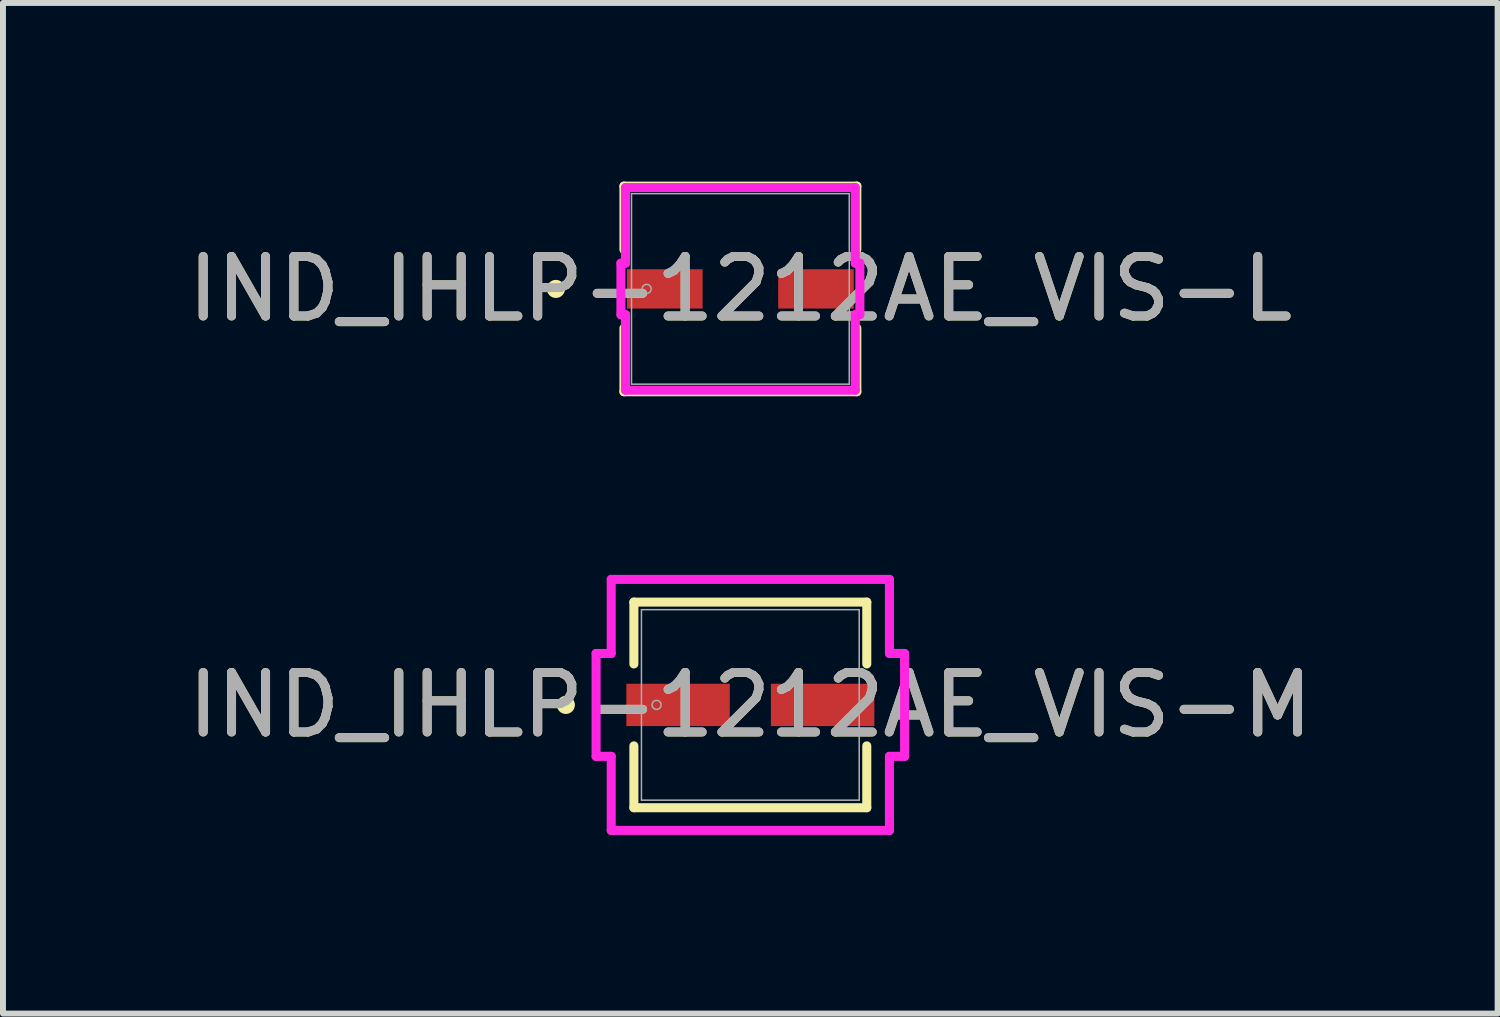
<source format=kicad_pcb>
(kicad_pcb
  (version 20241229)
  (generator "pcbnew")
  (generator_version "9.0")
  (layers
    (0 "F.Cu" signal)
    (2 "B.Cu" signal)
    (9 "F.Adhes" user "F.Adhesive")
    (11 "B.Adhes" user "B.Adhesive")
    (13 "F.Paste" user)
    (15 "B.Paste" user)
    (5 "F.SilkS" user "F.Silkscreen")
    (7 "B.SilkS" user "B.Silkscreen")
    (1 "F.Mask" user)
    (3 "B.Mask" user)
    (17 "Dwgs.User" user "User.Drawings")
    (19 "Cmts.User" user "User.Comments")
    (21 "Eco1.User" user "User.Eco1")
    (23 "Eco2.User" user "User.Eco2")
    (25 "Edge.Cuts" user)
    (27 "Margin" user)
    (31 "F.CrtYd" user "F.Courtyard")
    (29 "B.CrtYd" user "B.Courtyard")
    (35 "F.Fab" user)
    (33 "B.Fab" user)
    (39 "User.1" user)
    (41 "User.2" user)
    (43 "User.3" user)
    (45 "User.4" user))
  (footprint "IND_IHLP-1212AE_VIS-M"
    (layer "F.Cu")
    (at 9.554 8.791)
    (property "Reference" "IND_IHLP-1212AE_VIS-M" (at 0 0 0) (unlocked yes) (layer "F.SilkS") (effects (font (size 1 1) (thickness 0.15))))
    (attr smd)
    (fp_line (start -1.956 -1.727) (end -1.956 -0.688) (stroke (width 0.152) (type solid)) (layer "F.SilkS"))
    (fp_line (start -1.956 0.688) (end -1.956 1.727) (stroke (width 0.152) (type solid)) (layer "F.SilkS"))
    (fp_line (start -1.956 1.727) (end 1.956 1.727) (stroke (width 0.152) (type solid)) (layer "F.SilkS"))
    (fp_line (start 1.956 -1.727) (end -1.956 -1.727) (stroke (width 0.152) (type solid)) (layer "F.SilkS"))
    (fp_line (start 1.956 -0.688) (end 1.956 -1.727) (stroke (width 0.152) (type solid)) (layer "F.SilkS"))
    (fp_line (start 1.956 1.727) (end 1.956 0.688) (stroke (width 0.152) (type solid)) (layer "F.SilkS"))
    (fp_circle (center -3.099 0) (end -3.023 0) (stroke (width 0.152) (type solid)) (fill no) (layer "F.SilkS"))
    (fp_line (start -2.591 -0.864) (end -2.337 -0.864) (stroke (width 0.152) (type solid)) (layer "F.CrtYd"))
    (fp_line (start -2.591 0.864) (end -2.591 -0.864) (stroke (width 0.152) (type solid)) (layer "F.CrtYd"))
    (fp_line (start -2.337 -2.108) (end 2.337 -2.108) (stroke (width 0.152) (type solid)) (layer "F.CrtYd"))
    (fp_line (start -2.337 -0.864) (end -2.337 -2.108) (stroke (width 0.152) (type solid)) (layer "F.CrtYd"))
    (fp_line (start -2.337 0.864) (end -2.591 0.864) (stroke (width 0.152) (type solid)) (layer "F.CrtYd"))
    (fp_line (start -2.337 2.108) (end -2.337 0.864) (stroke (width 0.152) (type solid)) (layer "F.CrtYd"))
    (fp_line (start 2.337 -2.108) (end 2.337 -0.864) (stroke (width 0.152) (type solid)) (layer "F.CrtYd"))
    (fp_line (start 2.337 -0.864) (end 2.591 -0.864) (stroke (width 0.152) (type solid)) (layer "F.CrtYd"))
    (fp_line (start 2.337 0.864) (end 2.337 2.108) (stroke (width 0.152) (type solid)) (layer "F.CrtYd"))
    (fp_line (start 2.337 2.108) (end -2.337 2.108) (stroke (width 0.152) (type solid)) (layer "F.CrtYd"))
    (fp_line (start 2.591 -0.864) (end 2.591 0.864) (stroke (width 0.152) (type solid)) (layer "F.CrtYd"))
    (fp_line (start 2.591 0.864) (end 2.337 0.864) (stroke (width 0.152) (type solid)) (layer "F.CrtYd"))
    (fp_line (start -1.829 -1.6) (end -1.829 1.6) (stroke (width 0.025) (type solid)) (layer "F.Fab"))
    (fp_line (start -1.829 1.6) (end 1.829 1.6) (stroke (width 0.025) (type solid)) (layer "F.Fab"))
    (fp_line (start 1.829 -1.6) (end -1.829 -1.6) (stroke (width 0.025) (type solid)) (layer "F.Fab"))
    (fp_line (start 1.829 1.6) (end 1.829 -1.6) (stroke (width 0.025) (type solid)) (layer "F.Fab"))
    (fp_circle (center -1.575 0) (end -1.499 0) (stroke (width 0.025) (type solid)) (fill no) (layer "F.Fab"))
    (fp_text user "${REFERENCE}" (at 0 0 0) (unlocked yes) (layer "F.Fab") (effects (font (size 1 1) (thickness 0.15))))
    (pad "1" smd rect (at -1.214 0 90) (size 0.711 1.738) (layers "F.Cu" "F.Mask" "F.Paste"))
    (pad "2" smd rect (at 1.214 0 90) (size 0.711 1.738) (layers "F.Cu" "F.Mask" "F.Paste"))
    (zone (net_name "") (layer "F.Cu") (hatch full 0.508) (connect_pads) (min_thickness 0.254) (filled_areas_thickness no) (keepout (tracks not_allowed) (vias not_allowed) (pads allowed) (copperpour not_allowed) (footprints allowed)) (placement (enabled no)) (fill) (polygon (pts (xy 7.776 7.242) (xy 11.332 7.242) (xy 11.332 8.385) (xy 7.776 8.385))))
    (zone (net_name "") (layer "F.Cu") (hatch full 0.508) (connect_pads) (min_thickness 0.254) (filled_areas_thickness no) (keepout (tracks not_allowed) (vias not_allowed) (pads allowed) (copperpour not_allowed) (footprints allowed)) (placement (enabled no)) (fill) (polygon (pts (xy 7.776 9.198) (xy 11.332 9.198) (xy 11.332 10.341) (xy 7.776 10.341))))
    (zone (net_name "") (layer "F.Cu") (hatch full 0.508) (connect_pads) (min_thickness 0.254) (filled_areas_thickness no) (keepout (tracks not_allowed) (vias not_allowed) (pads allowed) (copperpour not_allowed) (footprints allowed)) (placement (enabled no)) (fill) (polygon (pts (xy 9.26 8.385) (xy 9.847 8.385) (xy 9.847 9.198) (xy 9.26 9.198)))))
  (footprint "IND_IHLP-1212AE_VIS-L"
    (layer "F.Cu")
    (at 9.387 1.803)
    (property "Reference" "IND_IHLP-1212AE_VIS-L" (at 0 0 0) (unlocked yes) (layer "F.SilkS") (effects (font (size 1 1) (thickness 0.15))))
    (attr smd)
    (fp_line (start -1.956 -1.727) (end -1.956 -0.659) (stroke (width 0.152) (type solid)) (layer "F.SilkS"))
    (fp_line (start -1.956 0.659) (end -1.956 1.727) (stroke (width 0.152) (type solid)) (layer "F.SilkS"))
    (fp_line (start -1.956 1.727) (end 1.956 1.727) (stroke (width 0.152) (type solid)) (layer "F.SilkS"))
    (fp_line (start 1.956 -1.727) (end -1.956 -1.727) (stroke (width 0.152) (type solid)) (layer "F.SilkS"))
    (fp_line (start 1.956 -0.659) (end 1.956 -1.727) (stroke (width 0.152) (type solid)) (layer "F.SilkS"))
    (fp_line (start 1.956 1.727) (end 1.956 0.659) (stroke (width 0.152) (type solid)) (layer "F.SilkS"))
    (fp_circle (center -3.099 0) (end -3.023 0) (stroke (width 0.152) (type solid)) (fill no) (layer "F.SilkS"))
    (fp_line (start -2.007 -0.432) (end -1.93 -0.432) (stroke (width 0.152) (type solid)) (layer "F.CrtYd"))
    (fp_line (start -2.007 0.432) (end -2.007 -0.432) (stroke (width 0.152) (type solid)) (layer "F.CrtYd"))
    (fp_line (start -1.93 -1.702) (end 1.93 -1.702) (stroke (width 0.152) (type solid)) (layer "F.CrtYd"))
    (fp_line (start -1.93 -0.432) (end -1.93 -1.702) (stroke (width 0.152) (type solid)) (layer "F.CrtYd"))
    (fp_line (start -1.93 0.432) (end -2.007 0.432) (stroke (width 0.152) (type solid)) (layer "F.CrtYd"))
    (fp_line (start -1.93 1.702) (end -1.93 0.432) (stroke (width 0.152) (type solid)) (layer "F.CrtYd"))
    (fp_line (start 1.93 -1.702) (end 1.93 -0.432) (stroke (width 0.152) (type solid)) (layer "F.CrtYd"))
    (fp_line (start 1.93 -0.432) (end 2.007 -0.432) (stroke (width 0.152) (type solid)) (layer "F.CrtYd"))
    (fp_line (start 1.93 0.432) (end 1.93 1.702) (stroke (width 0.152) (type solid)) (layer "F.CrtYd"))
    (fp_line (start 1.93 1.702) (end -1.93 1.702) (stroke (width 0.152) (type solid)) (layer "F.CrtYd"))
    (fp_line (start 2.007 -0.432) (end 2.007 0.432) (stroke (width 0.152) (type solid)) (layer "F.CrtYd"))
    (fp_line (start 2.007 0.432) (end 1.93 0.432) (stroke (width 0.152) (type solid)) (layer "F.CrtYd"))
    (fp_line (start -1.829 -1.6) (end -1.829 1.6) (stroke (width 0.025) (type solid)) (layer "F.Fab"))
    (fp_line (start -1.829 1.6) (end 1.829 1.6) (stroke (width 0.025) (type solid)) (layer "F.Fab"))
    (fp_line (start 1.829 -1.6) (end -1.829 -1.6) (stroke (width 0.025) (type solid)) (layer "F.Fab"))
    (fp_line (start 1.829 1.6) (end 1.829 -1.6) (stroke (width 0.025) (type solid)) (layer "F.Fab"))
    (fp_circle (center -1.575 0) (end -1.499 0) (stroke (width 0.025) (type solid)) (fill no) (layer "F.Fab"))
    (fp_text user "${REFERENCE}" (at 0 0 0) (unlocked yes) (layer "F.Fab") (effects (font (size 1 1) (thickness 0.15))))
    (pad "1" smd rect (at -1.27 0 90) (size 0.66 1.27) (layers "F.Cu" "F.Mask" "F.Paste"))
    (pad "2" smd rect (at 1.27 0 90) (size 0.66 1.27) (layers "F.Cu" "F.Mask" "F.Paste"))
    (zone (net_name "") (layer "F.Cu") (hatch full 0.508) (connect_pads) (min_thickness 0.254) (filled_areas_thickness no) (keepout (tracks not_allowed) (vias not_allowed) (pads allowed) (copperpour not_allowed) (footprints allowed)) (placement (enabled no)) (fill) (polygon (pts (xy 7.609 0.254) (xy 11.165 0.254) (xy 11.165 1.397) (xy 7.609 1.397))))
    (zone (net_name "") (layer "F.Cu") (hatch full 0.508) (connect_pads) (min_thickness 0.254) (filled_areas_thickness no) (keepout (tracks not_allowed) (vias not_allowed) (pads allowed) (copperpour not_allowed) (footprints allowed)) (placement (enabled no)) (fill) (polygon (pts (xy 7.609 2.21) (xy 11.165 2.21) (xy 11.165 3.353) (xy 7.609 3.353))))
    (zone (net_name "") (layer "F.Cu") (hatch full 0.508) (connect_pads) (min_thickness 0.254) (filled_areas_thickness no) (keepout (tracks not_allowed) (vias not_allowed) (pads allowed) (copperpour not_allowed) (footprints allowed)) (placement (enabled no)) (fill) (polygon (pts (xy 8.802 1.397) (xy 9.972 1.397) (xy 9.972 2.21) (xy 8.802 2.21)))))
  (gr_rect
    (start -3 -3)
    (end 22.107 13.976)
    (stroke (width 0.1) (type default))
    (fill no)
    (layer "Edge.Cuts")))
</source>
